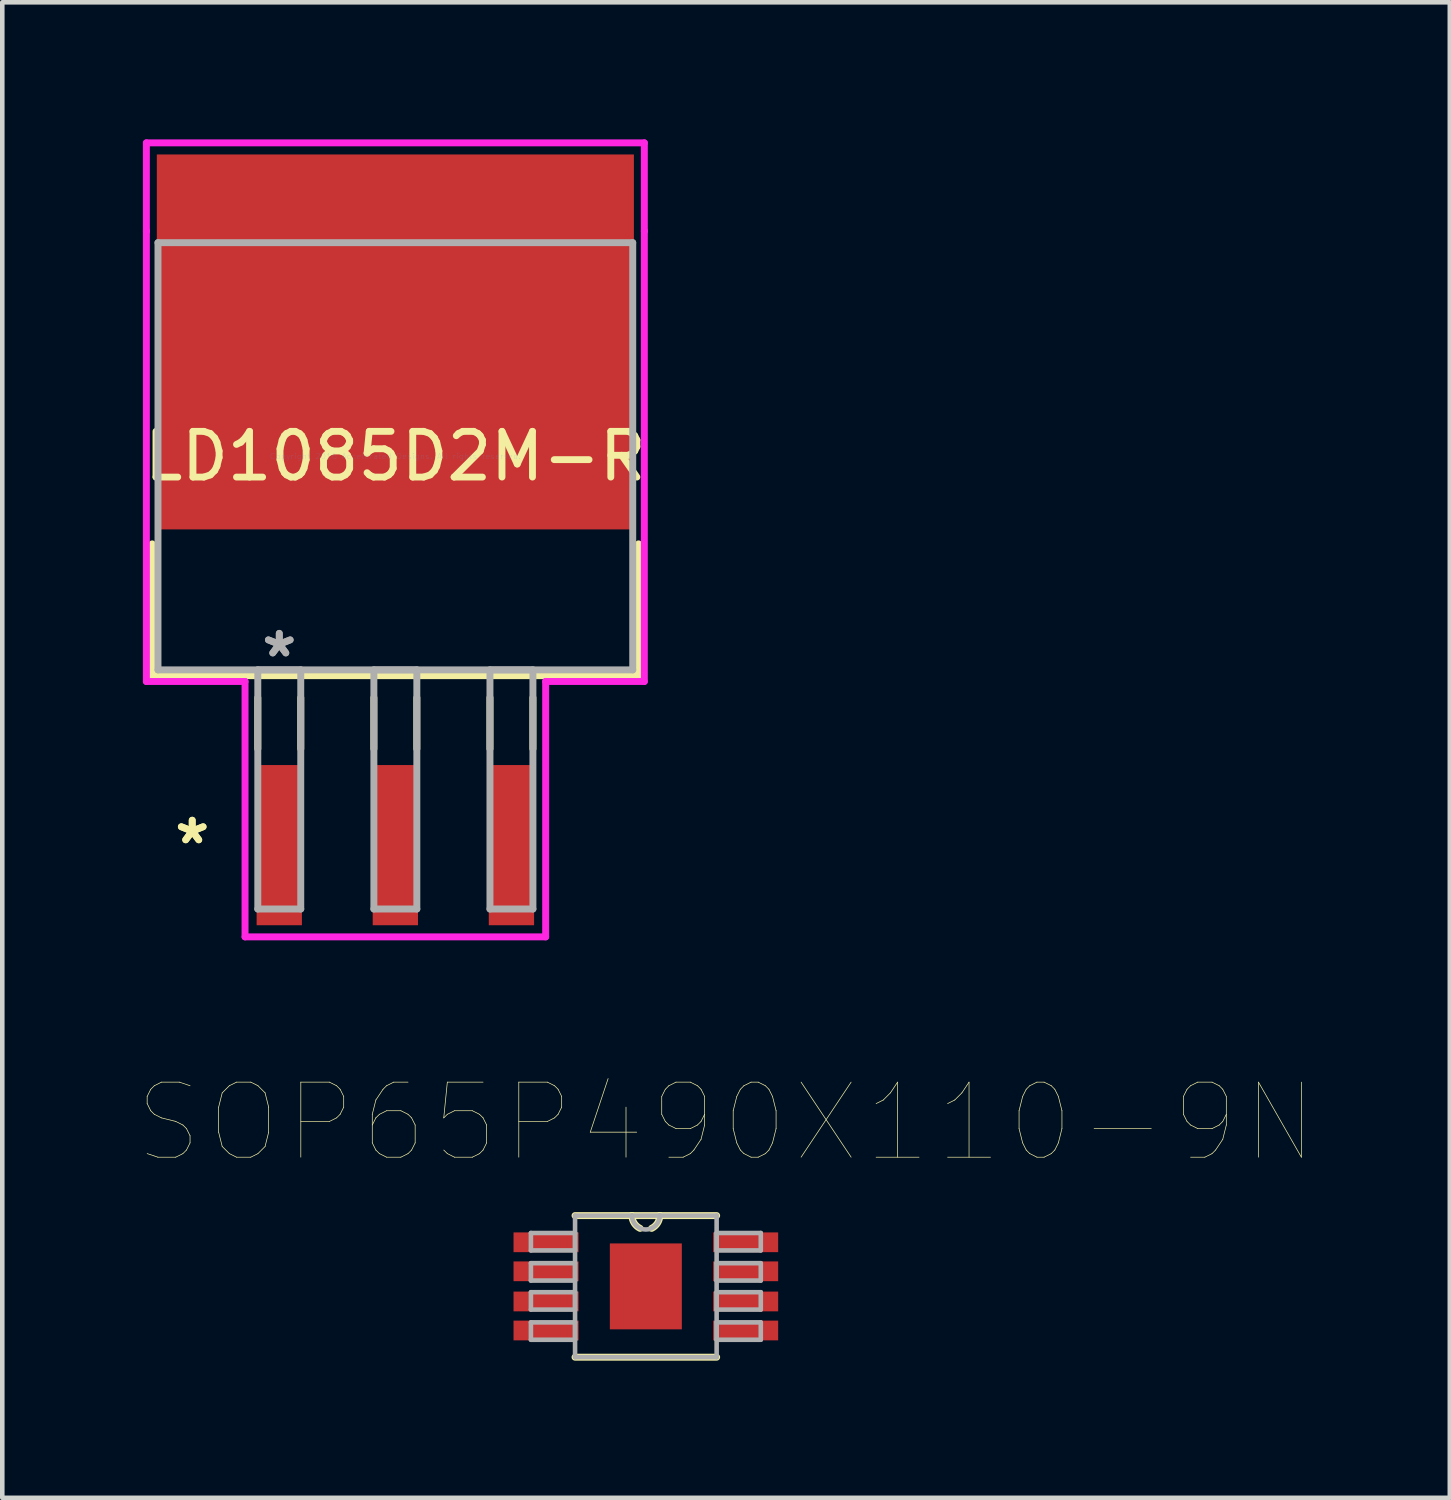
<source format=kicad_pcb>
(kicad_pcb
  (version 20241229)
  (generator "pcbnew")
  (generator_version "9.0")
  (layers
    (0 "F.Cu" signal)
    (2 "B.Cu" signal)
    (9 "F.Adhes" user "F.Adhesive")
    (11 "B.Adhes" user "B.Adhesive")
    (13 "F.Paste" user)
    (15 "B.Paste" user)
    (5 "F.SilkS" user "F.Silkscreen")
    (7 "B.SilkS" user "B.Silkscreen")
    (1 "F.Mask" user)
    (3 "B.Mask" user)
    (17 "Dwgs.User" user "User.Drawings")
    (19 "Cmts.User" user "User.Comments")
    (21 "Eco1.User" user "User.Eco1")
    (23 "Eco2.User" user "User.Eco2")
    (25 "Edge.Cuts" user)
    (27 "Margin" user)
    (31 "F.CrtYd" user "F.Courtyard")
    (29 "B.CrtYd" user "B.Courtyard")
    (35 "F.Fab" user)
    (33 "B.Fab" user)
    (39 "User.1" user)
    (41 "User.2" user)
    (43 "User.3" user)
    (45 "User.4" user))
  (footprint "LD1085D2M-R"
    (layer "F.Cu")
    (at 5.601 6.934)
    (property "Reference" "LD1085D2M-R" (at 0 0 0) (layer "F.SilkS") (effects (font (size 1 1) (thickness 0.15))))
    (attr through_hole)
    (fp_line (start -5.321 1.917) (end -5.321 4.801) (stroke (width 0.152) (type solid)) (layer "F.SilkS"))
    (fp_line (start -5.321 4.801) (end 5.321 4.801) (stroke (width 0.152) (type solid)) (layer "F.SilkS"))
    (fp_line (start -3.01 5.283) (end -3.01 6.401) (stroke (width 0.152) (type solid)) (layer "F.SilkS"))
    (fp_line (start -2.07 5.283) (end -2.07 6.401) (stroke (width 0.152) (type solid)) (layer "F.SilkS"))
    (fp_line (start -0.47 5.283) (end -0.47 6.401) (stroke (width 0.152) (type solid)) (layer "F.SilkS"))
    (fp_line (start 0.47 5.283) (end 0.47 6.401) (stroke (width 0.152) (type solid)) (layer "F.SilkS"))
    (fp_line (start 2.07 5.283) (end 2.07 6.401) (stroke (width 0.152) (type solid)) (layer "F.SilkS"))
    (fp_line (start 3.01 5.283) (end 3.01 6.401) (stroke (width 0.152) (type solid)) (layer "F.SilkS"))
    (fp_line (start 5.321 4.801) (end 5.321 1.917) (stroke (width 0.152) (type solid)) (layer "F.SilkS"))
    (fp_line (start -5.448 -6.858) (end 5.448 -6.858) (stroke (width 0.152) (type solid)) (layer "F.CrtYd"))
    (fp_line (start -5.448 -4.928) (end -5.448 -6.858) (stroke (width 0.152) (type solid)) (layer "F.CrtYd"))
    (fp_line (start -5.448 -4.928) (end -5.448 -4.928) (stroke (width 0.152) (type solid)) (layer "F.CrtYd"))
    (fp_line (start -5.448 4.928) (end -5.448 -4.928) (stroke (width 0.152) (type solid)) (layer "F.CrtYd"))
    (fp_line (start -3.289 4.928) (end -5.448 4.928) (stroke (width 0.152) (type solid)) (layer "F.CrtYd"))
    (fp_line (start -3.289 10.516) (end -3.289 4.928) (stroke (width 0.152) (type solid)) (layer "F.CrtYd"))
    (fp_line (start 3.289 4.928) (end 3.289 10.516) (stroke (width 0.152) (type solid)) (layer "F.CrtYd"))
    (fp_line (start 3.289 10.516) (end -3.289 10.516) (stroke (width 0.152) (type solid)) (layer "F.CrtYd"))
    (fp_line (start 5.448 -6.858) (end 5.448 -4.928) (stroke (width 0.152) (type solid)) (layer "F.CrtYd"))
    (fp_line (start 5.448 -4.928) (end 5.448 -4.928) (stroke (width 0.152) (type solid)) (layer "F.CrtYd"))
    (fp_line (start 5.448 -4.928) (end 5.448 4.928) (stroke (width 0.152) (type solid)) (layer "F.CrtYd"))
    (fp_line (start 5.448 4.928) (end 3.289 4.928) (stroke (width 0.152) (type solid)) (layer "F.CrtYd"))
    (fp_line (start -5.194 -4.674) (end -5.194 4.674) (stroke (width 0.152) (type solid)) (layer "F.Fab"))
    (fp_line (start -5.194 4.674) (end 5.194 4.674) (stroke (width 0.152) (type solid)) (layer "F.Fab"))
    (fp_line (start -3.01 4.674) (end -3.01 9.906) (stroke (width 0.152) (type solid)) (layer "F.Fab"))
    (fp_line (start -3.01 9.906) (end -2.07 9.906) (stroke (width 0.152) (type solid)) (layer "F.Fab"))
    (fp_line (start -2.07 4.674) (end -3.01 4.674) (stroke (width 0.152) (type solid)) (layer "F.Fab"))
    (fp_line (start -2.07 9.906) (end -2.07 4.674) (stroke (width 0.152) (type solid)) (layer "F.Fab"))
    (fp_line (start -0.47 4.674) (end -0.47 9.906) (stroke (width 0.152) (type solid)) (layer "F.Fab"))
    (fp_line (start -0.47 9.906) (end 0.47 9.906) (stroke (width 0.152) (type solid)) (layer "F.Fab"))
    (fp_line (start 0.47 4.674) (end -0.47 4.674) (stroke (width 0.152) (type solid)) (layer "F.Fab"))
    (fp_line (start 0.47 9.906) (end 0.47 4.674) (stroke (width 0.152) (type solid)) (layer "F.Fab"))
    (fp_line (start 2.07 4.674) (end 2.07 9.906) (stroke (width 0.152) (type solid)) (layer "F.Fab"))
    (fp_line (start 2.07 9.906) (end 3.01 9.906) (stroke (width 0.152) (type solid)) (layer "F.Fab"))
    (fp_line (start 3.01 4.674) (end 2.07 4.674) (stroke (width 0.152) (type solid)) (layer "F.Fab"))
    (fp_line (start 3.01 9.906) (end 3.01 4.674) (stroke (width 0.152) (type solid)) (layer "F.Fab"))
    (fp_line (start 5.194 -4.674) (end -5.194 -4.674) (stroke (width 0.152) (type solid)) (layer "F.Fab"))
    (fp_line (start 5.194 4.674) (end 5.194 -4.674) (stroke (width 0.152) (type solid)) (layer "F.Fab"))
    (fp_text user "*" (at -4.445 8.509 0) (layer "F.SilkS") (effects (font (size 1 1) (thickness 0.15))))
    (fp_text user "*" (at -4.445 8.509 0) (layer "F.SilkS") (effects (font (size 1 1) (thickness 0.15))))
    (fp_text user "Copyright 2016 Accelerated Designs. All rights reserved." (at 0 0 0) (layer "Cmts.User") (effects (font (size 0.127 0.127) (thickness 0.002))))
    (fp_text user "*" (at -2.54 4.42 0) (layer "F.Fab") (effects (font (size 1 1) (thickness 0.15))))
    (fp_text user "*" (at -2.54 4.42 0) (layer "F.Fab") (effects (font (size 1 1) (thickness 0.15))))
    (pad "1" smd rect (at -2.54 8.509) (size 0.991 3.505) (layers "F.Cu" "F.Mask" "F.Paste"))
    (pad "2" smd rect (at 0 8.509) (size 0.991 3.505) (layers "F.Cu" "F.Mask" "F.Paste"))
    (pad "3" smd rect (at 2.54 8.509) (size 0.991 3.505) (layers "F.Cu" "F.Mask" "F.Paste"))
    (pad "4" smd rect (at 0 -2.502) (size 10.439 8.204) (layers "F.Cu" "F.Mask" "F.Paste")))
  (footprint "SOP65P490X110-9N"
    (layer "F.Cu")
    (at 11.082 25.098)
    (property "Reference" "SOP65P490X110-9N" (at 1.755 -3.586 0) (layer "F.SilkS") (effects (font (size 1.642 1.642) (thickness 0.015))))
    (attr through_hole)
    (fp_line (start -1.549 1.549) (end 1.549 1.549) (stroke (width 0.152) (type solid)) (layer "F.SilkS"))
    (fp_line (start -0.305 -1.549) (end -1.549 -1.549) (stroke (width 0.152) (type solid)) (layer "F.SilkS"))
    (fp_line (start 0.305 -1.549) (end -0.305 -1.549) (stroke (width 0.152) (type solid)) (layer "F.SilkS"))
    (fp_line (start 1.549 -1.549) (end 0.305 -1.549) (stroke (width 0.152) (type solid)) (layer "F.SilkS"))
    (fp_arc (start -0.126999 -1.27) (mid -0.255299 -1.384627) (end -0.3048 -1.5494) (stroke (width 0.1524) (type solid)) (layer "F.SilkS"))
    (fp_arc (start 0.3048 -1.5494) (mid 0.255299 -1.384628) (end 0.127 -1.27) (stroke (width 0.1524) (type solid)) (layer "F.SilkS"))
    (fp_line (start -2.515 -1.168) (end -2.515 -0.787) (stroke (width 0.1) (type solid)) (layer "F.Fab"))
    (fp_line (start -2.515 -0.787) (end -1.549 -0.787) (stroke (width 0.1) (type solid)) (layer "F.Fab"))
    (fp_line (start -2.515 -0.508) (end -2.515 -0.127) (stroke (width 0.1) (type solid)) (layer "F.Fab"))
    (fp_line (start -2.515 -0.127) (end -1.549 -0.127) (stroke (width 0.1) (type solid)) (layer "F.Fab"))
    (fp_line (start -2.515 0.127) (end -2.515 0.508) (stroke (width 0.1) (type solid)) (layer "F.Fab"))
    (fp_line (start -2.515 0.508) (end -1.549 0.508) (stroke (width 0.1) (type solid)) (layer "F.Fab"))
    (fp_line (start -2.515 0.787) (end -2.515 1.168) (stroke (width 0.1) (type solid)) (layer "F.Fab"))
    (fp_line (start -2.515 1.168) (end -1.549 1.168) (stroke (width 0.1) (type solid)) (layer "F.Fab"))
    (fp_line (start -1.549 -1.549) (end -1.549 1.549) (stroke (width 0.1) (type solid)) (layer "F.Fab"))
    (fp_line (start -1.549 -1.168) (end -2.515 -1.168) (stroke (width 0.1) (type solid)) (layer "F.Fab"))
    (fp_line (start -1.549 -0.787) (end -1.549 -1.168) (stroke (width 0.1) (type solid)) (layer "F.Fab"))
    (fp_line (start -1.549 -0.508) (end -2.515 -0.508) (stroke (width 0.1) (type solid)) (layer "F.Fab"))
    (fp_line (start -1.549 -0.127) (end -1.549 -0.508) (stroke (width 0.1) (type solid)) (layer "F.Fab"))
    (fp_line (start -1.549 0.127) (end -2.515 0.127) (stroke (width 0.1) (type solid)) (layer "F.Fab"))
    (fp_line (start -1.549 0.508) (end -1.549 0.127) (stroke (width 0.1) (type solid)) (layer "F.Fab"))
    (fp_line (start -1.549 0.787) (end -2.515 0.787) (stroke (width 0.1) (type solid)) (layer "F.Fab"))
    (fp_line (start -1.549 1.168) (end -1.549 0.787) (stroke (width 0.1) (type solid)) (layer "F.Fab"))
    (fp_line (start -1.549 1.549) (end 1.549 1.549) (stroke (width 0.1) (type solid)) (layer "F.Fab"))
    (fp_line (start -0.305 -1.549) (end -1.549 -1.549) (stroke (width 0.1) (type solid)) (layer "F.Fab"))
    (fp_line (start 0.305 -1.549) (end -0.305 -1.549) (stroke (width 0.1) (type solid)) (layer "F.Fab"))
    (fp_line (start 1.549 -1.549) (end 0.305 -1.549) (stroke (width 0.1) (type solid)) (layer "F.Fab"))
    (fp_line (start 1.549 -1.168) (end 1.549 -0.787) (stroke (width 0.1) (type solid)) (layer "F.Fab"))
    (fp_line (start 1.549 -0.787) (end 2.515 -0.787) (stroke (width 0.1) (type solid)) (layer "F.Fab"))
    (fp_line (start 1.549 -0.508) (end 1.549 -0.127) (stroke (width 0.1) (type solid)) (layer "F.Fab"))
    (fp_line (start 1.549 -0.127) (end 2.515 -0.127) (stroke (width 0.1) (type solid)) (layer "F.Fab"))
    (fp_line (start 1.549 0.127) (end 1.549 0.508) (stroke (width 0.1) (type solid)) (layer "F.Fab"))
    (fp_line (start 1.549 0.508) (end 2.515 0.508) (stroke (width 0.1) (type solid)) (layer "F.Fab"))
    (fp_line (start 1.549 0.787) (end 1.549 1.168) (stroke (width 0.1) (type solid)) (layer "F.Fab"))
    (fp_line (start 1.549 1.168) (end 2.515 1.168) (stroke (width 0.1) (type solid)) (layer "F.Fab"))
    (fp_line (start 1.549 1.549) (end 1.549 -1.549) (stroke (width 0.1) (type solid)) (layer "F.Fab"))
    (fp_line (start 2.515 -1.168) (end 1.549 -1.168) (stroke (width 0.1) (type solid)) (layer "F.Fab"))
    (fp_line (start 2.515 -0.787) (end 2.515 -1.168) (stroke (width 0.1) (type solid)) (layer "F.Fab"))
    (fp_line (start 2.515 -0.508) (end 1.549 -0.508) (stroke (width 0.1) (type solid)) (layer "F.Fab"))
    (fp_line (start 2.515 -0.127) (end 2.515 -0.508) (stroke (width 0.1) (type solid)) (layer "F.Fab"))
    (fp_line (start 2.515 0.127) (end 1.549 0.127) (stroke (width 0.1) (type solid)) (layer "F.Fab"))
    (fp_line (start 2.515 0.508) (end 2.515 0.127) (stroke (width 0.1) (type solid)) (layer "F.Fab"))
    (fp_line (start 2.515 0.787) (end 1.549 0.787) (stroke (width 0.1) (type solid)) (layer "F.Fab"))
    (fp_line (start 2.515 1.168) (end 2.515 0.787) (stroke (width 0.1) (type solid)) (layer "F.Fab"))
    (fp_arc (start 0.3048 -1.5494) (mid 0 -1.2446) (end -0.3048 -1.5494) (stroke (width 0.1) (type solid)) (layer "F.Fab"))
    (pad "1" smd rect (at -2.184 -0.965) (size 1.422 0.432) (layers "F.Cu" "F.Mask" "F.Paste"))
    (pad "2" smd rect (at -2.184 -0.33) (size 1.422 0.432) (layers "F.Cu" "F.Mask" "F.Paste"))
    (pad "3" smd rect (at -2.184 0.33) (size 1.422 0.432) (layers "F.Cu" "F.Mask" "F.Paste"))
    (pad "4" smd rect (at -2.184 0.965) (size 1.422 0.432) (layers "F.Cu" "F.Mask" "F.Paste"))
    (pad "5" smd rect (at 2.184 0.965) (size 1.422 0.432) (layers "F.Cu" "F.Mask" "F.Paste"))
    (pad "6" smd rect (at 2.184 0.33) (size 1.422 0.432) (layers "F.Cu" "F.Mask" "F.Paste"))
    (pad "7" smd rect (at 2.184 -0.33) (size 1.422 0.432) (layers "F.Cu" "F.Mask" "F.Paste"))
    (pad "8" smd rect (at 2.184 -0.965) (size 1.422 0.432) (layers "F.Cu" "F.Mask" "F.Paste"))
    (pad "9" smd rect (at 0 0) (size 1.575 1.88) (layers "F.Cu" "F.Mask" "F.Paste")))
  (gr_rect
    (start -3 -3)
    (end 28.674 29.724)
    (stroke (width 0.1) (type default))
    (fill no)
    (layer "Edge.Cuts")))
</source>
